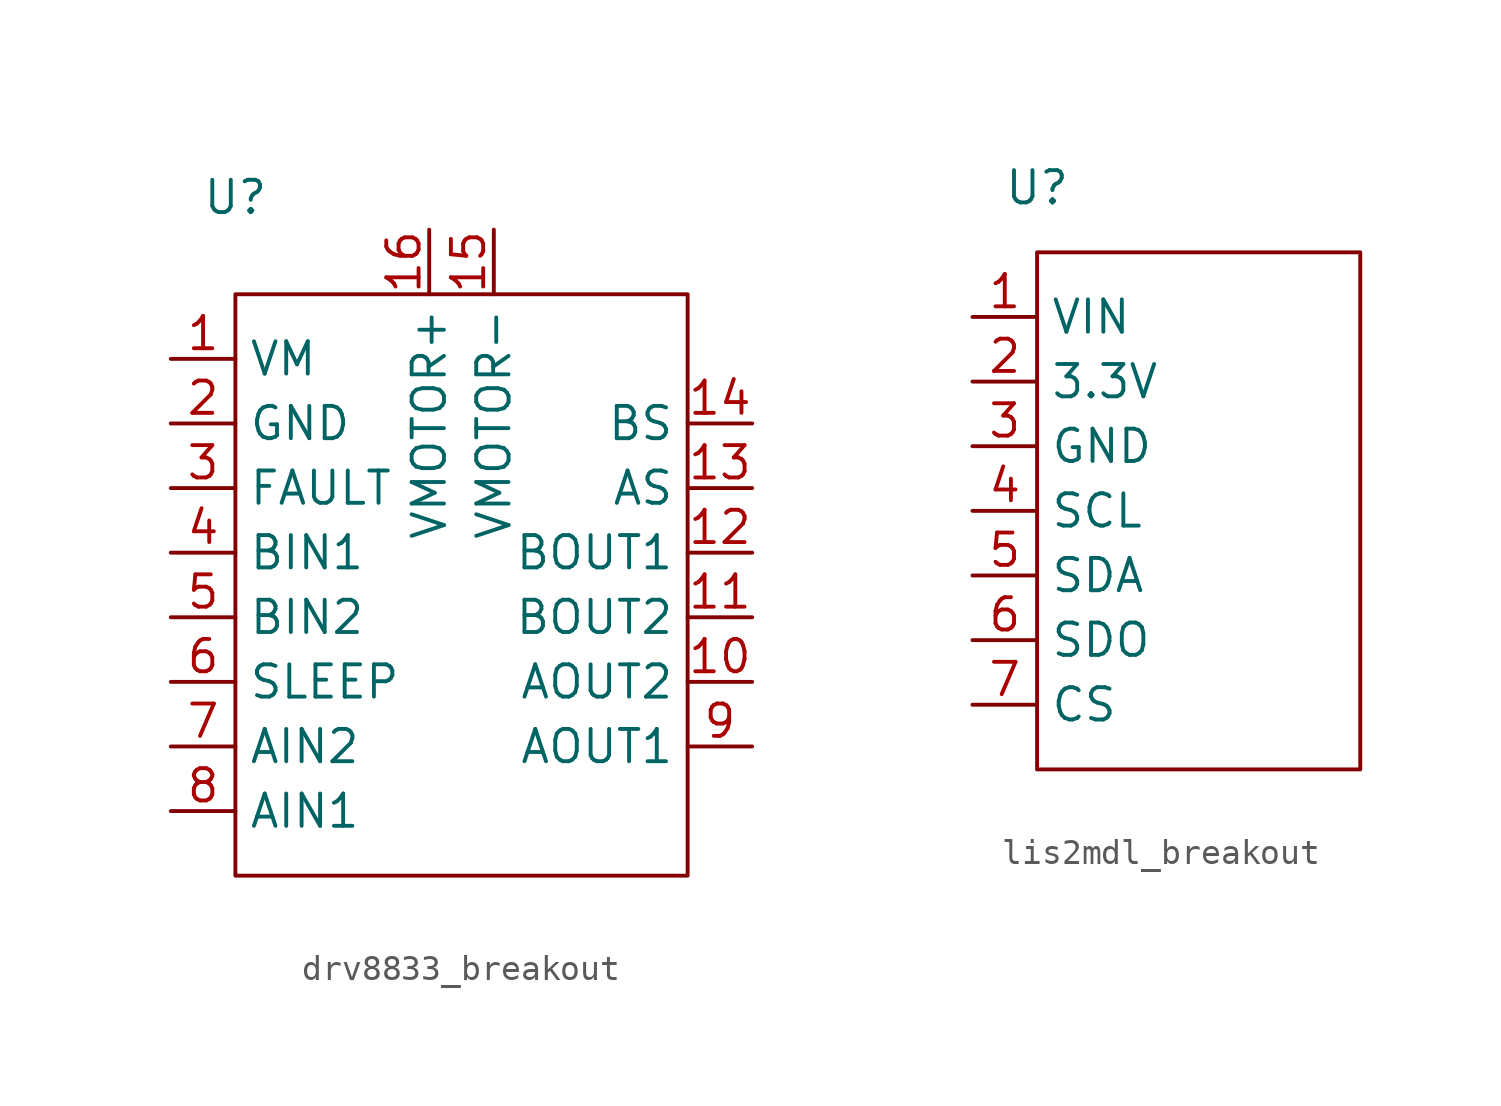
<source format=kicad_sym>
(kicad_symbol_lib
  (version 20220914)
  (generator kicad_symbol_editor)
  (symbol "drv8833_breakout"
    (property "Reference" "U"
      (at 0 0 0)
      (effects (font (size 1.27 1.27))))
    (property "Value" ""
      (at 0 0 0)
      (effects (font (size 1.27 1.27))))
    (symbol "drv8833_breakout_0_1"
      (rectangle (start 0 -3.81) (end 17.78 -26.67) (stroke (width 0) (type default)) (fill (type none))))
    (symbol "drv8833_breakout_1_1"
      (pin power_in line (at -2.54 -6.35 0) (length 2.54) (name "VM" (effects (font (size 1.27 1.27)))) (number "1" (effects (font (size 1.27 1.27)))))
      (pin output line (at 20.32 -19.05 180) (length 2.54) (name "AOUT2" (effects (font (size 1.27 1.27)))) (number "10" (effects (font (size 1.27 1.27)))))
      (pin output line (at 20.32 -16.51 180) (length 2.54) (name "BOUT2" (effects (font (size 1.27 1.27)))) (number "11" (effects (font (size 1.27 1.27)))))
      (pin output line (at 20.32 -13.97 180) (length 2.54) (name "BOUT1" (effects (font (size 1.27 1.27)))) (number "12" (effects (font (size 1.27 1.27)))))
      (pin output line (at 20.32 -11.43 180) (length 2.54) (name "AS" (effects (font (size 1.27 1.27)))) (number "13" (effects (font (size 1.27 1.27)))))
      (pin output line (at 20.32 -8.89 180) (length 2.54) (name "BS" (effects (font (size 1.27 1.27)))) (number "14" (effects (font (size 1.27 1.27)))))
      (pin power_in line (at 10.16 -1.27 270) (length 2.54) (name "VMOTOR-" (effects (font (size 1.27 1.27)))) (number "15" (effects (font (size 1.27 1.27)))))
      (pin power_in line (at 7.62 -1.27 270) (length 2.54) (name "VMOTOR+" (effects (font (size 1.27 1.27)))) (number "16" (effects (font (size 1.27 1.27)))))
      (pin power_in line (at -2.54 -8.89 0) (length 2.54) (name "GND" (effects (font (size 1.27 1.27)))) (number "2" (effects (font (size 1.27 1.27)))))
      (pin output line (at -2.54 -11.43 0) (length 2.54) (name "FAULT" (effects (font (size 1.27 1.27)))) (number "3" (effects (font (size 1.27 1.27)))))
      (pin input line (at -2.54 -13.97 0) (length 2.54) (name "BIN1" (effects (font (size 1.27 1.27)))) (number "4" (effects (font (size 1.27 1.27)))))
      (pin input line (at -2.54 -16.51 0) (length 2.54) (name "BIN2" (effects (font (size 1.27 1.27)))) (number "5" (effects (font (size 1.27 1.27)))))
      (pin input line (at -2.54 -19.05 0) (length 2.54) (name "SLEEP" (effects (font (size 1.27 1.27)))) (number "6" (effects (font (size 1.27 1.27)))))
      (pin input line (at -2.54 -21.59 0) (length 2.54) (name "AIN2" (effects (font (size 1.27 1.27)))) (number "7" (effects (font (size 1.27 1.27)))))
      (pin input line (at -2.54 -24.13 0) (length 2.54) (name "AIN1" (effects (font (size 1.27 1.27)))) (number "8" (effects (font (size 1.27 1.27)))))
      (pin output line (at 20.32 -21.59 180) (length 2.54) (name "AOUT1" (effects (font (size 1.27 1.27)))) (number "9" (effects (font (size 1.27 1.27)))))))
  (symbol "lis2mdl_breakout"
    (property "Reference" "U"
      (at 0 0 0)
      (effects (font (size 1.27 1.27))))
    (property "Value" ""
      (at 0 0 0)
      (effects (font (size 1.27 1.27))))
    (symbol "lis2mdl_breakout_0_1"
      (rectangle (start 0 -2.54) (end 12.7 -22.86) (stroke (width 0) (type default)) (fill (type none))))
    (symbol "lis2mdl_breakout_1_1"
      (pin power_in line (at -2.54 -5.08 0) (length 2.54) (name "VIN" (effects (font (size 1.27 1.27)))) (number "1" (effects (font (size 1.27 1.27)))))
      (pin power_in line (at -2.54 -7.62 0) (length 2.54) (name "3.3V" (effects (font (size 1.27 1.27)))) (number "2" (effects (font (size 1.27 1.27)))))
      (pin power_in line (at -2.54 -10.16 0) (length 2.54) (name "GND" (effects (font (size 1.27 1.27)))) (number "3" (effects (font (size 1.27 1.27)))))
      (pin input line (at -2.54 -12.7 0) (length 2.54) (name "SCL" (effects (font (size 1.27 1.27)))) (number "4" (effects (font (size 1.27 1.27)))))
      (pin bidirectional line (at -2.54 -15.24 0) (length 2.54) (name "SDA" (effects (font (size 1.27 1.27)))) (number "5" (effects (font (size 1.27 1.27)))))
      (pin output line (at -2.54 -17.78 0) (length 2.54) (name "SDO" (effects (font (size 1.27 1.27)))) (number "6" (effects (font (size 1.27 1.27)))))
      (pin input line (at -2.54 -20.32 0) (length 2.54) (name "CS" (effects (font (size 1.27 1.27)))) (number "7" (effects (font (size 1.27 1.27))))))))
</source>
